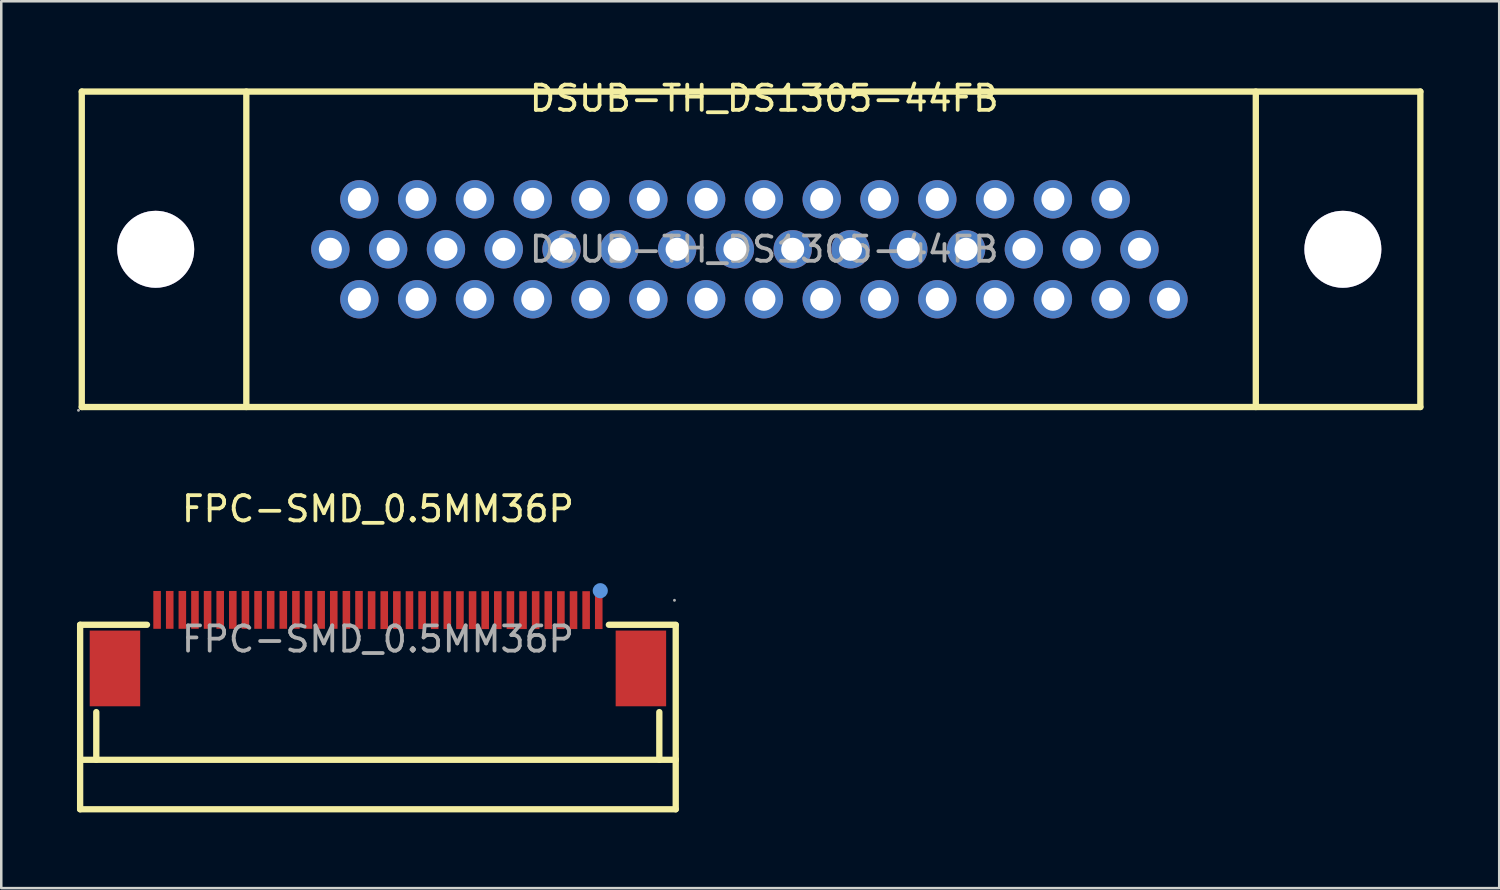
<source format=kicad_pcb>
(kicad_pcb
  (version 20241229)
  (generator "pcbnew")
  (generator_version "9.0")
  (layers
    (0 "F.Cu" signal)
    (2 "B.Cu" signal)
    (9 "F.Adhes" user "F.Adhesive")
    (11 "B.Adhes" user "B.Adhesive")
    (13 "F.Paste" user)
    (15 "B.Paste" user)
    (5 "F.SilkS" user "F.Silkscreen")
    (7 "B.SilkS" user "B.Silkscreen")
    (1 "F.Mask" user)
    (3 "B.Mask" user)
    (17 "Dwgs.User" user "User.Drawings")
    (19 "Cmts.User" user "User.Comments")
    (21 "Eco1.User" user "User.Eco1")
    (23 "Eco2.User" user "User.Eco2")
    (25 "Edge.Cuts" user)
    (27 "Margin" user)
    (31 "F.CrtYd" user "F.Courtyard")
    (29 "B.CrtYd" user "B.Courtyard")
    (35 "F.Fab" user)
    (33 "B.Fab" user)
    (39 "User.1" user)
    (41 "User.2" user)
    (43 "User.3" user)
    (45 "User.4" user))
  (footprint "DSUB-TH_DS1305-44FB"
    (layer "F.Cu")
    (at 27.23 6.828)
    (property "Reference" "DSUB-TH_DS1305-44FB" (at 0 -5.98 0) (layer "F.SilkS") (effects (font (size 1 1) (thickness 0.15))))
    (attr through_hole)
    (fp_line (start -27.04 -6.25) (end 26 -6.25) (stroke (width 0.25) (type solid)) (layer "F.SilkS"))
    (fp_line (start -27.04 6.25) (end -27.04 -6.25) (stroke (width 0.25) (type solid)) (layer "F.SilkS"))
    (fp_line (start -27.04 6.25) (end 26 6.25) (stroke (width 0.25) (type solid)) (layer "F.SilkS"))
    (fp_line (start -20.52 -6.25) (end -20.52 6.25) (stroke (width 0.25) (type solid)) (layer "F.SilkS"))
    (fp_line (start 19.48 -6.25) (end 19.48 6.25) (stroke (width 0.25) (type solid)) (layer "F.SilkS"))
    (fp_line (start 26 6.25) (end 26 -6.25) (stroke (width 0.25) (type solid)) (layer "F.SilkS"))
    (fp_circle (center -27.17 6.38) (end -27.14 6.38) (stroke (width 0.06) (type solid)) (fill no) (layer "F.Fab"))
    (fp_circle (center -24.11 0) (end -23.4 0) (stroke (width 1.42) (type solid)) (fill no) (layer "F.Fab"))
    (fp_circle (center -17.19 0) (end -17.01 0) (stroke (width 0.36) (type solid)) (fill no) (layer "F.Fab"))
    (fp_circle (center -16.04 -1.98) (end -15.86 -1.98) (stroke (width 0.36) (type solid)) (fill no) (layer "F.Fab"))
    (fp_circle (center -16.04 1.98) (end -15.86 1.98) (stroke (width 0.36) (type solid)) (fill no) (layer "F.Fab"))
    (fp_circle (center -14.9 0) (end -14.72 0) (stroke (width 0.36) (type solid)) (fill no) (layer "F.Fab"))
    (fp_circle (center -13.75 -1.98) (end -13.57 -1.98) (stroke (width 0.36) (type solid)) (fill no) (layer "F.Fab"))
    (fp_circle (center -13.75 1.98) (end -13.57 1.98) (stroke (width 0.36) (type solid)) (fill no) (layer "F.Fab"))
    (fp_circle (center -12.61 0) (end -12.43 0) (stroke (width 0.36) (type solid)) (fill no) (layer "F.Fab"))
    (fp_circle (center -11.46 -1.98) (end -11.28 -1.98) (stroke (width 0.36) (type solid)) (fill no) (layer "F.Fab"))
    (fp_circle (center -11.46 1.98) (end -11.28 1.98) (stroke (width 0.36) (type solid)) (fill no) (layer "F.Fab"))
    (fp_circle (center -10.32 0) (end -10.14 0) (stroke (width 0.36) (type solid)) (fill no) (layer "F.Fab"))
    (fp_circle (center -9.17 -1.98) (end -8.99 -1.98) (stroke (width 0.36) (type solid)) (fill no) (layer "F.Fab"))
    (fp_circle (center -9.17 1.98) (end -8.99 1.98) (stroke (width 0.36) (type solid)) (fill no) (layer "F.Fab"))
    (fp_circle (center -8.03 0) (end -7.85 0) (stroke (width 0.36) (type solid)) (fill no) (layer "F.Fab"))
    (fp_circle (center -6.88 -1.98) (end -6.7 -1.98) (stroke (width 0.36) (type solid)) (fill no) (layer "F.Fab"))
    (fp_circle (center -6.88 1.98) (end -6.7 1.98) (stroke (width 0.36) (type solid)) (fill no) (layer "F.Fab"))
    (fp_circle (center -5.74 0) (end -5.56 0) (stroke (width 0.36) (type solid)) (fill no) (layer "F.Fab"))
    (fp_circle (center -4.59 -1.98) (end -4.41 -1.98) (stroke (width 0.36) (type solid)) (fill no) (layer "F.Fab"))
    (fp_circle (center -4.59 1.98) (end -4.41 1.98) (stroke (width 0.36) (type solid)) (fill no) (layer "F.Fab"))
    (fp_circle (center -3.45 0) (end -3.27 0) (stroke (width 0.36) (type solid)) (fill no) (layer "F.Fab"))
    (fp_circle (center -2.3 -1.98) (end -2.12 -1.98) (stroke (width 0.36) (type solid)) (fill no) (layer "F.Fab"))
    (fp_circle (center -2.3 1.98) (end -2.12 1.98) (stroke (width 0.36) (type solid)) (fill no) (layer "F.Fab"))
    (fp_circle (center -1.16 0) (end -0.98 0) (stroke (width 0.36) (type solid)) (fill no) (layer "F.Fab"))
    (fp_circle (center -0.01 -1.98) (end 0.17 -1.98) (stroke (width 0.36) (type solid)) (fill no) (layer "F.Fab"))
    (fp_circle (center -0.01 1.98) (end 0.17 1.98) (stroke (width 0.36) (type solid)) (fill no) (layer "F.Fab"))
    (fp_circle (center 1.13 0) (end 1.31 0) (stroke (width 0.36) (type solid)) (fill no) (layer "F.Fab"))
    (fp_circle (center 2.28 -1.98) (end 2.46 -1.98) (stroke (width 0.36) (type solid)) (fill no) (layer "F.Fab"))
    (fp_circle (center 2.28 1.98) (end 2.46 1.98) (stroke (width 0.36) (type solid)) (fill no) (layer "F.Fab"))
    (fp_circle (center 3.42 0) (end 3.6 0) (stroke (width 0.36) (type solid)) (fill no) (layer "F.Fab"))
    (fp_circle (center 4.57 -1.98) (end 4.75 -1.98) (stroke (width 0.36) (type solid)) (fill no) (layer "F.Fab"))
    (fp_circle (center 4.57 1.98) (end 4.75 1.98) (stroke (width 0.36) (type solid)) (fill no) (layer "F.Fab"))
    (fp_circle (center 5.71 0) (end 5.89 0) (stroke (width 0.36) (type solid)) (fill no) (layer "F.Fab"))
    (fp_circle (center 6.86 -1.98) (end 7.04 -1.98) (stroke (width 0.36) (type solid)) (fill no) (layer "F.Fab"))
    (fp_circle (center 6.86 1.98) (end 7.04 1.98) (stroke (width 0.36) (type solid)) (fill no) (layer "F.Fab"))
    (fp_circle (center 8 0) (end 8.18 0) (stroke (width 0.36) (type solid)) (fill no) (layer "F.Fab"))
    (fp_circle (center 9.15 -1.98) (end 9.33 -1.98) (stroke (width 0.36) (type solid)) (fill no) (layer "F.Fab"))
    (fp_circle (center 9.15 1.98) (end 9.33 1.98) (stroke (width 0.36) (type solid)) (fill no) (layer "F.Fab"))
    (fp_circle (center 10.29 0) (end 10.47 0) (stroke (width 0.36) (type solid)) (fill no) (layer "F.Fab"))
    (fp_circle (center 11.44 -1.98) (end 11.62 -1.98) (stroke (width 0.36) (type solid)) (fill no) (layer "F.Fab"))
    (fp_circle (center 11.44 1.98) (end 11.62 1.98) (stroke (width 0.36) (type solid)) (fill no) (layer "F.Fab"))
    (fp_circle (center 12.58 0) (end 12.76 0) (stroke (width 0.36) (type solid)) (fill no) (layer "F.Fab"))
    (fp_circle (center 13.73 -1.98) (end 13.91 -1.98) (stroke (width 0.36) (type solid)) (fill no) (layer "F.Fab"))
    (fp_circle (center 13.73 1.98) (end 13.91 1.98) (stroke (width 0.36) (type solid)) (fill no) (layer "F.Fab"))
    (fp_circle (center 14.87 0) (end 15.05 0) (stroke (width 0.36) (type solid)) (fill no) (layer "F.Fab"))
    (fp_circle (center 16.02 1.98) (end 16.2 1.98) (stroke (width 0.36) (type solid)) (fill no) (layer "F.Fab"))
    (fp_circle (center 22.93 0) (end 23.64 0) (stroke (width 1.42) (type solid)) (fill no) (layer "F.Fab"))
    (fp_text user "${REFERENCE}" (at 0 0 0) (layer "F.Fab") (effects (font (size 1 1) (thickness 0.15))))
    (pad "" thru_hole circle (at -24.11 0) (size 3.05 3.05) (drill 3.05) (layers "*.Cu" "*.Mask"))
    (pad "" thru_hole circle (at 22.93 0) (size 3.05 3.05) (drill 3.05) (layers "*.Cu" "*.Mask"))
    (pad "1" thru_hole circle (at -16.04 1.98) (size 1.52 1.52) (drill 0.914) (layers "*.Cu" "*.Paste" "*.Mask"))
    (pad "2" thru_hole circle (at -13.75 1.98) (size 1.52 1.52) (drill 0.914) (layers "*.Cu" "*.Paste" "*.Mask"))
    (pad "3" thru_hole circle (at -11.46 1.98) (size 1.52 1.52) (drill 0.914) (layers "*.Cu" "*.Paste" "*.Mask"))
    (pad "4" thru_hole circle (at -9.17 1.98) (size 1.52 1.52) (drill 0.914) (layers "*.Cu" "*.Paste" "*.Mask"))
    (pad "5" thru_hole circle (at -6.88 1.98) (size 1.52 1.52) (drill 0.914) (layers "*.Cu" "*.Paste" "*.Mask"))
    (pad "6" thru_hole circle (at -4.59 1.98) (size 1.52 1.52) (drill 0.914) (layers "*.Cu" "*.Paste" "*.Mask"))
    (pad "7" thru_hole circle (at -2.3 1.98) (size 1.52 1.52) (drill 0.914) (layers "*.Cu" "*.Paste" "*.Mask"))
    (pad "8" thru_hole circle (at -0.01 1.98) (size 1.52 1.52) (drill 0.914) (layers "*.Cu" "*.Paste" "*.Mask"))
    (pad "9" thru_hole circle (at 2.28 1.98) (size 1.52 1.52) (drill 0.914) (layers "*.Cu" "*.Paste" "*.Mask"))
    (pad "10" thru_hole circle (at 4.57 1.98) (size 1.52 1.52) (drill 0.914) (layers "*.Cu" "*.Paste" "*.Mask"))
    (pad "11" thru_hole circle (at 6.86 1.98) (size 1.52 1.52) (drill 0.914) (layers "*.Cu" "*.Paste" "*.Mask"))
    (pad "12" thru_hole circle (at 9.15 1.98) (size 1.52 1.52) (drill 0.914) (layers "*.Cu" "*.Paste" "*.Mask"))
    (pad "13" thru_hole circle (at 11.44 1.98) (size 1.52 1.52) (drill 0.914) (layers "*.Cu" "*.Paste" "*.Mask"))
    (pad "14" thru_hole circle (at 13.73 1.98) (size 1.52 1.52) (drill 0.914) (layers "*.Cu" "*.Paste" "*.Mask"))
    (pad "15" thru_hole circle (at 16.02 1.98) (size 1.52 1.52) (drill 0.914) (layers "*.Cu" "*.Paste" "*.Mask"))
    (pad "16" thru_hole circle (at -17.19 0) (size 1.52 1.52) (drill 0.914) (layers "*.Cu" "*.Paste" "*.Mask"))
    (pad "17" thru_hole circle (at -14.9 0) (size 1.52 1.52) (drill 0.914) (layers "*.Cu" "*.Paste" "*.Mask"))
    (pad "18" thru_hole circle (at -12.61 0) (size 1.52 1.52) (drill 0.914) (layers "*.Cu" "*.Paste" "*.Mask"))
    (pad "19" thru_hole circle (at -10.32 0) (size 1.52 1.52) (drill 0.914) (layers "*.Cu" "*.Paste" "*.Mask"))
    (pad "20" thru_hole circle (at -8.03 0) (size 1.52 1.52) (drill 0.914) (layers "*.Cu" "*.Paste" "*.Mask"))
    (pad "21" thru_hole circle (at -5.74 0) (size 1.52 1.52) (drill 0.914) (layers "*.Cu" "*.Paste" "*.Mask"))
    (pad "22" thru_hole circle (at -3.45 0) (size 1.52 1.52) (drill 0.914) (layers "*.Cu" "*.Paste" "*.Mask"))
    (pad "23" thru_hole circle (at -1.16 0) (size 1.52 1.52) (drill 0.914) (layers "*.Cu" "*.Paste" "*.Mask"))
    (pad "24" thru_hole circle (at 1.13 0) (size 1.52 1.52) (drill 0.914) (layers "*.Cu" "*.Paste" "*.Mask"))
    (pad "25" thru_hole circle (at 3.42 0) (size 1.52 1.52) (drill 0.914) (layers "*.Cu" "*.Paste" "*.Mask"))
    (pad "26" thru_hole circle (at 5.71 0) (size 1.52 1.52) (drill 0.914) (layers "*.Cu" "*.Paste" "*.Mask"))
    (pad "27" thru_hole circle (at 8 0) (size 1.52 1.52) (drill 0.914) (layers "*.Cu" "*.Paste" "*.Mask"))
    (pad "28" thru_hole circle (at 10.29 0) (size 1.52 1.52) (drill 0.914) (layers "*.Cu" "*.Paste" "*.Mask"))
    (pad "29" thru_hole circle (at 12.58 0) (size 1.52 1.52) (drill 0.914) (layers "*.Cu" "*.Paste" "*.Mask"))
    (pad "30" thru_hole circle (at 14.87 0) (size 1.52 1.52) (drill 0.914) (layers "*.Cu" "*.Paste" "*.Mask"))
    (pad "31" thru_hole circle (at -16.04 -1.98) (size 1.52 1.52) (drill 0.914) (layers "*.Cu" "*.Paste" "*.Mask"))
    (pad "32" thru_hole circle (at -13.75 -1.98) (size 1.52 1.52) (drill 0.914) (layers "*.Cu" "*.Paste" "*.Mask"))
    (pad "33" thru_hole circle (at -11.46 -1.98) (size 1.52 1.52) (drill 0.914) (layers "*.Cu" "*.Paste" "*.Mask"))
    (pad "34" thru_hole circle (at -9.17 -1.98) (size 1.52 1.52) (drill 0.914) (layers "*.Cu" "*.Paste" "*.Mask"))
    (pad "35" thru_hole circle (at -6.88 -1.98) (size 1.52 1.52) (drill 0.914) (layers "*.Cu" "*.Paste" "*.Mask"))
    (pad "36" thru_hole circle (at -4.59 -1.98) (size 1.52 1.52) (drill 0.914) (layers "*.Cu" "*.Paste" "*.Mask"))
    (pad "37" thru_hole circle (at -2.3 -1.98) (size 1.52 1.52) (drill 0.914) (layers "*.Cu" "*.Paste" "*.Mask"))
    (pad "38" thru_hole circle (at -0.01 -1.98) (size 1.52 1.52) (drill 0.914) (layers "*.Cu" "*.Paste" "*.Mask"))
    (pad "39" thru_hole circle (at 2.28 -1.98) (size 1.52 1.52) (drill 0.914) (layers "*.Cu" "*.Paste" "*.Mask"))
    (pad "40" thru_hole circle (at 4.57 -1.98) (size 1.52 1.52) (drill 0.914) (layers "*.Cu" "*.Paste" "*.Mask"))
    (pad "41" thru_hole circle (at 6.86 -1.98) (size 1.52 1.52) (drill 0.914) (layers "*.Cu" "*.Paste" "*.Mask"))
    (pad "42" thru_hole circle (at 9.15 -1.98) (size 1.52 1.52) (drill 0.914) (layers "*.Cu" "*.Paste" "*.Mask"))
    (pad "43" thru_hole circle (at 11.44 -1.98) (size 1.52 1.52) (drill 0.914) (layers "*.Cu" "*.Paste" "*.Mask"))
    (pad "44" thru_hole circle (at 13.73 -1.98) (size 1.52 1.52) (drill 0.914) (layers "*.Cu" "*.Paste" "*.Mask")))
  (footprint "FPC-SMD_0.5MM36P"
    (layer "F.Cu")
    (at 11.925 22.276)
    (property "Reference" "FPC-SMD_0.5MM36P" (at 0 -5.16 0) (layer "F.SilkS") (effects (font (size 1 1) (thickness 0.15))))
    (attr through_hole)
    (fp_line (start -11.8 -0.57) (end -11.8 4.77) (stroke (width 0.25) (type solid)) (layer "F.SilkS"))
    (fp_line (start -11.8 -0.57) (end -9.15 -0.57) (stroke (width 0.25) (type solid)) (layer "F.SilkS"))
    (fp_line (start -11.8 4.76) (end -11.8 6.74) (stroke (width 0.25) (type solid)) (layer "F.SilkS"))
    (fp_line (start -11.8 4.78) (end 11.8 4.78) (stroke (width 0.25) (type solid)) (layer "F.SilkS"))
    (fp_line (start -11.8 6.74) (end 11.8 6.74) (stroke (width 0.25) (type solid)) (layer "F.SilkS"))
    (fp_line (start -11.16 4.78) (end -11.16 2.89) (stroke (width 0.25) (type solid)) (layer "F.SilkS"))
    (fp_line (start 9.15 -0.57) (end 11.8 -0.57) (stroke (width 0.25) (type solid)) (layer "F.SilkS"))
    (fp_line (start 11.15 4.78) (end 11.15 2.89) (stroke (width 0.25) (type solid)) (layer "F.SilkS"))
    (fp_line (start 11.8 -0.56) (end 11.8 4.79) (stroke (width 0.25) (type solid)) (layer "F.SilkS"))
    (fp_line (start 11.8 4.76) (end 11.8 6.74) (stroke (width 0.25) (type solid)) (layer "F.SilkS"))
    (fp_circle (center 8.81 -1.92) (end 8.96 -1.92) (stroke (width 0.3) (type solid)) (fill no) (layer "Cmts.User"))
    (fp_circle (center 11.75 -1.54) (end 11.78 -1.54) (stroke (width 0.06) (type solid)) (fill no) (layer "F.Fab"))
    (fp_text user "${REFERENCE}" (at 0 0 0) (layer "F.Fab") (effects (font (size 1 1) (thickness 0.15))))
    (pad "1" smd rect (at 8.75 -1.15 180) (size 0.3 1.5) (layers "F.Cu" "F.Mask" "F.Paste"))
    (pad "2" smd rect (at 8.25 -1.15 180) (size 0.3 1.5) (layers "F.Cu" "F.Mask" "F.Paste"))
    (pad "3" smd rect (at 7.75 -1.15 180) (size 0.3 1.5) (layers "F.Cu" "F.Mask" "F.Paste"))
    (pad "4" smd rect (at 7.25 -1.15 180) (size 0.3 1.5) (layers "F.Cu" "F.Mask" "F.Paste"))
    (pad "5" smd rect (at 6.75 -1.15 180) (size 0.3 1.5) (layers "F.Cu" "F.Mask" "F.Paste"))
    (pad "6" smd rect (at 6.25 -1.15 180) (size 0.3 1.5) (layers "F.Cu" "F.Mask" "F.Paste"))
    (pad "7" smd rect (at 5.75 -1.15 180) (size 0.3 1.5) (layers "F.Cu" "F.Mask" "F.Paste"))
    (pad "8" smd rect (at 5.25 -1.15 180) (size 0.3 1.5) (layers "F.Cu" "F.Mask" "F.Paste"))
    (pad "9" smd rect (at 4.75 -1.15 180) (size 0.3 1.5) (layers "F.Cu" "F.Mask" "F.Paste"))
    (pad "10" smd rect (at 4.25 -1.15 180) (size 0.3 1.5) (layers "F.Cu" "F.Mask" "F.Paste"))
    (pad "11" smd rect (at 3.75 -1.15 180) (size 0.3 1.5) (layers "F.Cu" "F.Mask" "F.Paste"))
    (pad "12" smd rect (at 3.25 -1.15 180) (size 0.3 1.5) (layers "F.Cu" "F.Mask" "F.Paste"))
    (pad "13" smd rect (at 2.75 -1.15 180) (size 0.3 1.5) (layers "F.Cu" "F.Mask" "F.Paste"))
    (pad "14" smd rect (at 2.25 -1.15 180) (size 0.3 1.5) (layers "F.Cu" "F.Mask" "F.Paste"))
    (pad "15" smd rect (at 1.75 -1.15 180) (size 0.3 1.5) (layers "F.Cu" "F.Mask" "F.Paste"))
    (pad "16" smd rect (at 1.25 -1.15 180) (size 0.3 1.5) (layers "F.Cu" "F.Mask" "F.Paste"))
    (pad "17" smd rect (at 0.75 -1.15 180) (size 0.3 1.5) (layers "F.Cu" "F.Mask" "F.Paste"))
    (pad "18" smd rect (at 0.25 -1.15 180) (size 0.3 1.5) (layers "F.Cu" "F.Mask" "F.Paste"))
    (pad "19" smd rect (at -0.25 -1.15 180) (size 0.3 1.5) (layers "F.Cu" "F.Mask" "F.Paste"))
    (pad "20" smd rect (at -0.75 -1.16 180) (size 0.3 1.5) (layers "F.Cu" "F.Mask" "F.Paste"))
    (pad "21" smd rect (at -1.25 -1.16 180) (size 0.3 1.5) (layers "F.Cu" "F.Mask" "F.Paste"))
    (pad "22" smd rect (at -1.75 -1.16 180) (size 0.3 1.5) (layers "F.Cu" "F.Mask" "F.Paste"))
    (pad "23" smd rect (at -2.25 -1.16 180) (size 0.3 1.5) (layers "F.Cu" "F.Mask" "F.Paste"))
    (pad "24" smd rect (at -2.75 -1.16 180) (size 0.3 1.5) (layers "F.Cu" "F.Mask" "F.Paste"))
    (pad "25" smd rect (at -3.25 -1.16 180) (size 0.3 1.5) (layers "F.Cu" "F.Mask" "F.Paste"))
    (pad "26" smd rect (at -3.75 -1.16 180) (size 0.3 1.5) (layers "F.Cu" "F.Mask" "F.Paste"))
    (pad "27" smd rect (at -4.25 -1.16 180) (size 0.3 1.5) (layers "F.Cu" "F.Mask" "F.Paste"))
    (pad "28" smd rect (at -4.75 -1.16 180) (size 0.3 1.5) (layers "F.Cu" "F.Mask" "F.Paste"))
    (pad "29" smd rect (at -5.25 -1.16 180) (size 0.3 1.5) (layers "F.Cu" "F.Mask" "F.Paste"))
    (pad "30" smd rect (at -5.75 -1.16 180) (size 0.3 1.5) (layers "F.Cu" "F.Mask" "F.Paste"))
    (pad "31" smd rect (at -6.25 -1.16 180) (size 0.3 1.5) (layers "F.Cu" "F.Mask" "F.Paste"))
    (pad "32" smd rect (at -6.75 -1.16 180) (size 0.3 1.5) (layers "F.Cu" "F.Mask" "F.Paste"))
    (pad "33" smd rect (at -7.25 -1.16 180) (size 0.3 1.5) (layers "F.Cu" "F.Mask" "F.Paste"))
    (pad "34" smd rect (at -7.75 -1.16 180) (size 0.3 1.5) (layers "F.Cu" "F.Mask" "F.Paste"))
    (pad "35" smd rect (at -8.25 -1.16 180) (size 0.3 1.5) (layers "F.Cu" "F.Mask" "F.Paste"))
    (pad "36" smd rect (at -8.75 -1.16 180) (size 0.3 1.5) (layers "F.Cu" "F.Mask" "F.Paste"))
    (pad "37" smd rect (at -10.42 1.16) (size 2 3) (layers "F.Cu" "F.Mask" "F.Paste"))
    (pad "38" smd rect (at 10.42 1.16 180) (size 2 3) (layers "F.Cu" "F.Mask" "F.Paste")))
  (gr_rect
    (start -3 -3)
    (end 56.355 32.142)
    (stroke (width 0.1) (type default))
    (fill no)
    (layer "Edge.Cuts")))
</source>
